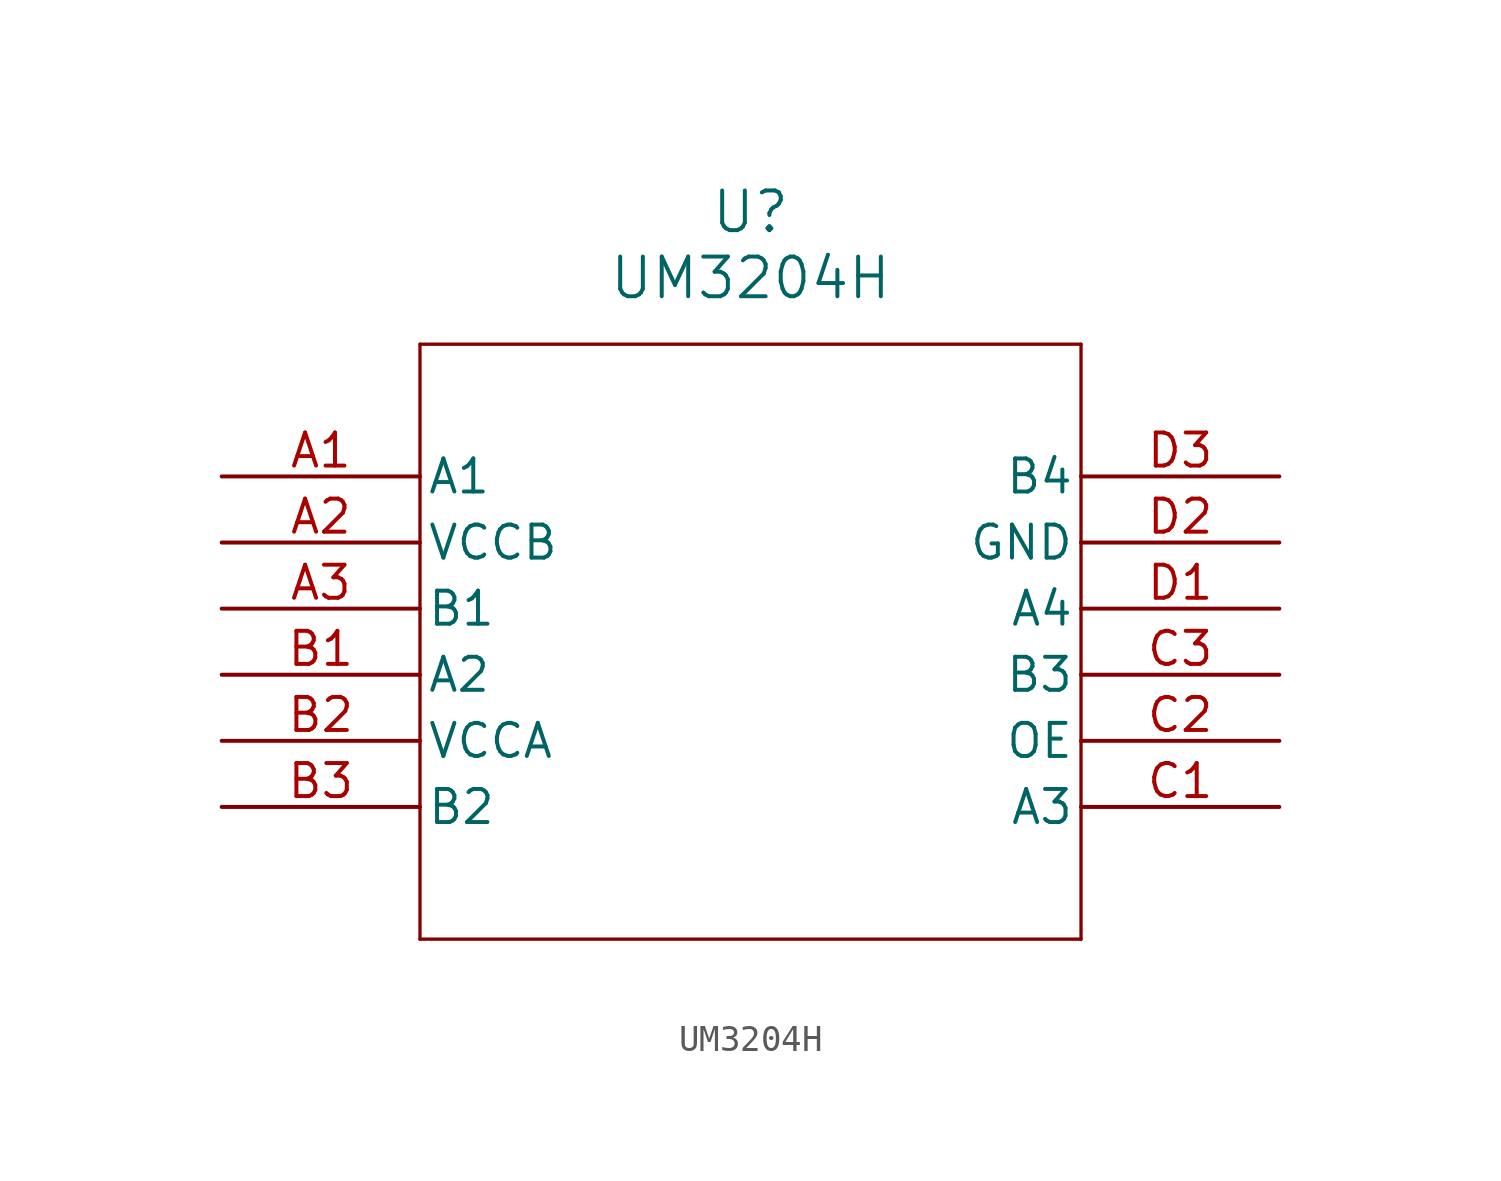
<source format=kicad_sym>
(kicad_symbol_lib
  (version 20211014)
  (generator kicad_symbol_editor)
  (symbol "UM3204H"
    (pin_names
      (offset 0.254))
    (property "Reference" "U"
      (at 20.32 10.16 0)
      (effects (font (size 1.524 1.524))))
    (property "Value" "UM3204H"
      (at 20.32 7.62 0)
      (effects (font (size 1.524 1.524))))
    (symbol "UM3204H_0_1"
      (polyline (pts (xy 7.62 5.08) (xy 7.62 -17.78)) (stroke (width 0.127) (type default) (color 0 0 0 0)) (fill (type none)))
      (polyline (pts (xy 7.62 -17.78) (xy 33.02 -17.78)) (stroke (width 0.127) (type default) (color 0 0 0 0)) (fill (type none)))
      (polyline (pts (xy 33.02 -17.78) (xy 33.02 5.08)) (stroke (width 0.127) (type default) (color 0 0 0 0)) (fill (type none)))
      (polyline (pts (xy 33.02 5.08) (xy 7.62 5.08)) (stroke (width 0.127) (type default) (color 0 0 0 0)) (fill (type none)))
      (pin bidirectional line (at 0 0 0) (length 7.62) (name "A1" (effects (font (size 1.27 1.27)))) (number "A1" (effects (font (size 1.27 1.27)))))
      (pin power_in line (at 0 -2.54 0) (length 7.62) (name "VCCB" (effects (font (size 1.27 1.27)))) (number "A2" (effects (font (size 1.27 1.27)))))
      (pin bidirectional line (at 0 -5.08 0) (length 7.62) (name "B1" (effects (font (size 1.27 1.27)))) (number "A3" (effects (font (size 1.27 1.27)))))
      (pin bidirectional line (at 0 -7.62 0) (length 7.62) (name "A2" (effects (font (size 1.27 1.27)))) (number "B1" (effects (font (size 1.27 1.27)))))
      (pin power_in line (at 0 -10.16 0) (length 7.62) (name "VCCA" (effects (font (size 1.27 1.27)))) (number "B2" (effects (font (size 1.27 1.27)))))
      (pin bidirectional line (at 0 -12.7 0) (length 7.62) (name "B2" (effects (font (size 1.27 1.27)))) (number "B3" (effects (font (size 1.27 1.27)))))
      (pin bidirectional line (at 40.64 -12.7 180) (length 7.62) (name "A3" (effects (font (size 1.27 1.27)))) (number "C1" (effects (font (size 1.27 1.27)))))
      (pin unspecified line (at 40.64 -10.16 180) (length 7.62) (name "OE" (effects (font (size 1.27 1.27)))) (number "C2" (effects (font (size 1.27 1.27)))))
      (pin bidirectional line (at 40.64 -7.62 180) (length 7.62) (name "B3" (effects (font (size 1.27 1.27)))) (number "C3" (effects (font (size 1.27 1.27)))))
      (pin bidirectional line (at 40.64 -5.08 180) (length 7.62) (name "A4" (effects (font (size 1.27 1.27)))) (number "D1" (effects (font (size 1.27 1.27)))))
      (pin power_out line (at 40.64 -2.54 180) (length 7.62) (name "GND" (effects (font (size 1.27 1.27)))) (number "D2" (effects (font (size 1.27 1.27)))))
      (pin bidirectional line (at 40.64 0 180) (length 7.62) (name "B4" (effects (font (size 1.27 1.27)))) (number "D3" (effects (font (size 1.27 1.27))))))))
</source>
